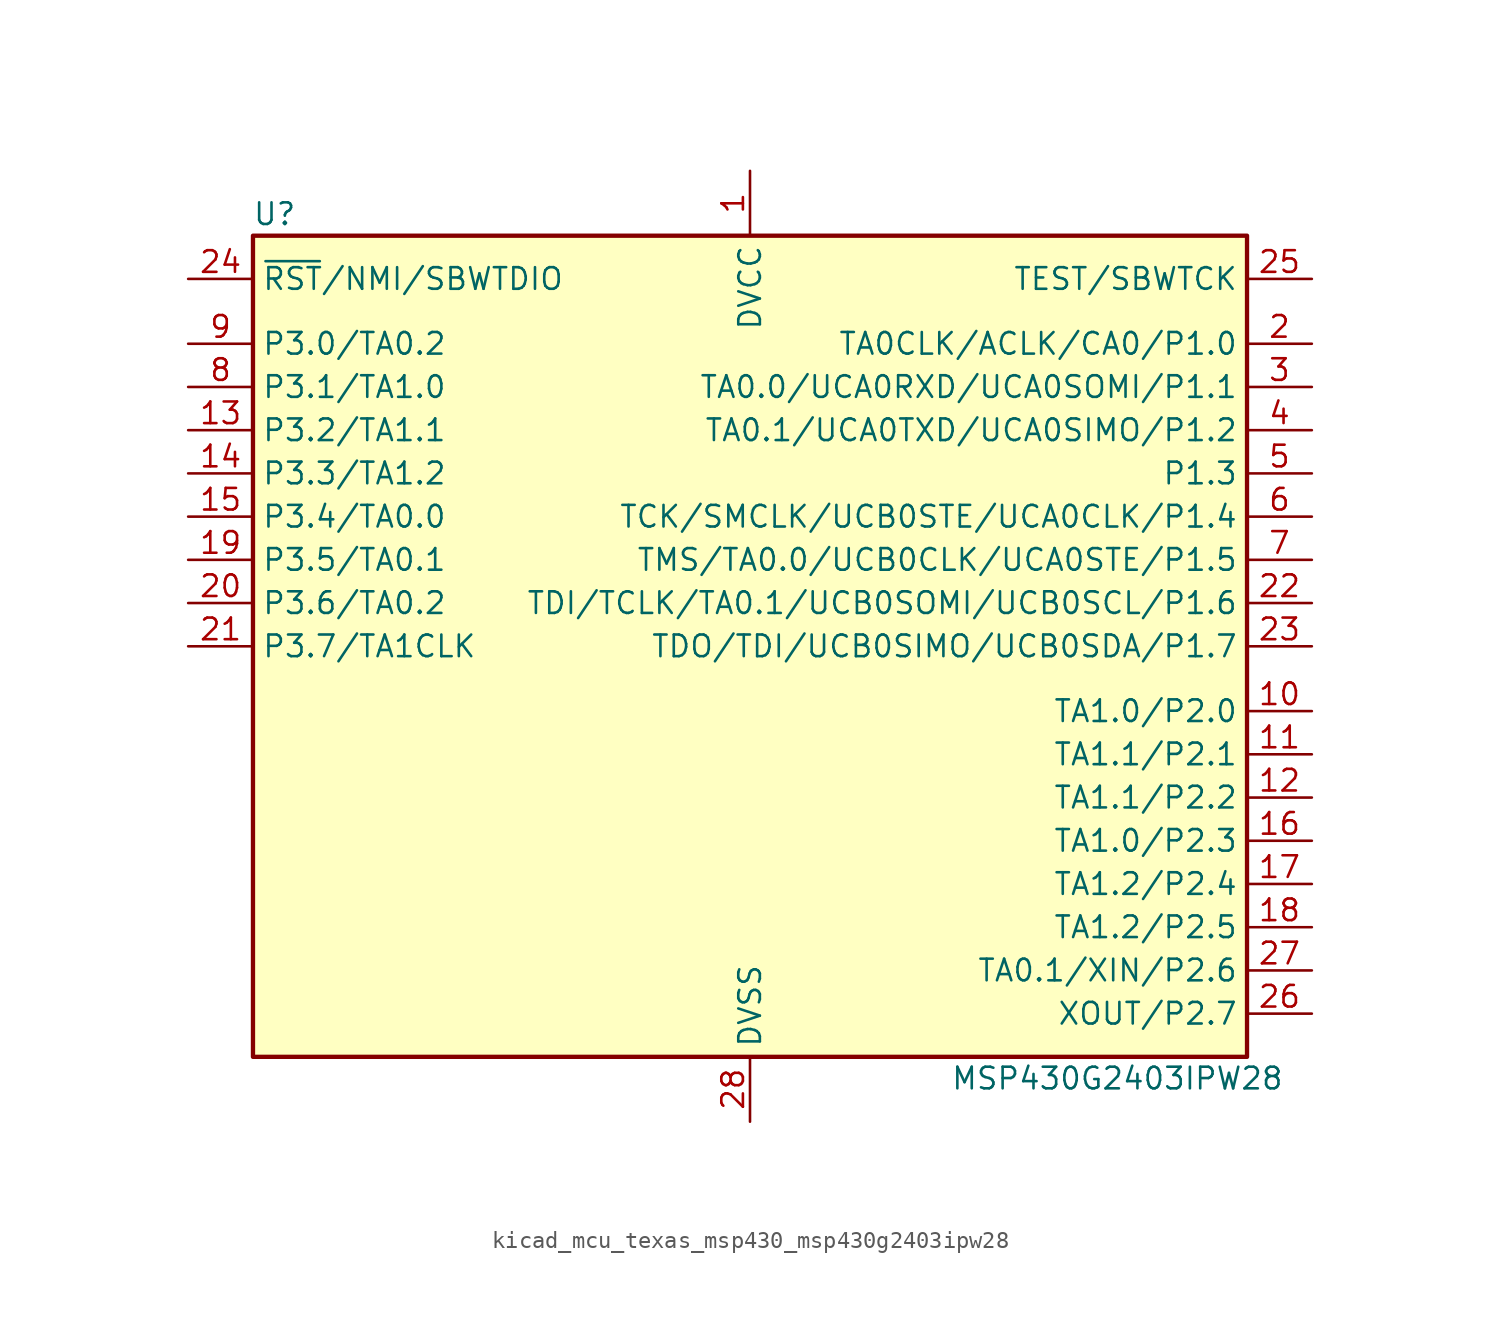
<source format=kicad_sym>
(kicad_symbol_lib
  (version 20220914)
  (generator kicad_symbol_editor)
  (symbol "kicad_mcu_texas_msp430_msp430g2403ipw28"
    (property "Reference" "U"
      (at -27.94 25.4 0)
      (effects (font (size 1.27 1.27))))
    (property "Value" "MSP430G2403IPW28"
      (at 21.59 -25.4 0)
      (effects (font (size 1.27 1.27))))
    (symbol "kicad_mcu_texas_msp430_msp430g2403ipw28_0_1"
      (rectangle (start -29.21 24.13) (end 29.21 -24.13) (stroke (width 0.254) (type default)) (fill (type background))))
    (symbol "kicad_mcu_texas_msp430_msp430g2403ipw28_1_1"
      (pin power_in line (at 0 27.94 270) (length 3.81) (name "DVCC" (effects (font (size 1.27 1.27)))) (number "1" (effects (font (size 1.27 1.27)))))
      (pin bidirectional line (at 33.02 -3.81 180) (length 3.81) (name "TA1.0/P2.0" (effects (font (size 1.27 1.27)))) (number "10" (effects (font (size 1.27 1.27)))))
      (pin bidirectional line (at 33.02 -6.35 180) (length 3.81) (name "TA1.1/P2.1" (effects (font (size 1.27 1.27)))) (number "11" (effects (font (size 1.27 1.27)))))
      (pin bidirectional line (at 33.02 -8.89 180) (length 3.81) (name "TA1.1/P2.2" (effects (font (size 1.27 1.27)))) (number "12" (effects (font (size 1.27 1.27)))))
      (pin bidirectional line (at -33.02 12.7 0) (length 3.81) (name "P3.2/TA1.1" (effects (font (size 1.27 1.27)))) (number "13" (effects (font (size 1.27 1.27)))))
      (pin bidirectional line (at -33.02 10.16 0) (length 3.81) (name "P3.3/TA1.2" (effects (font (size 1.27 1.27)))) (number "14" (effects (font (size 1.27 1.27)))))
      (pin bidirectional line (at -33.02 7.62 0) (length 3.81) (name "P3.4/TA0.0" (effects (font (size 1.27 1.27)))) (number "15" (effects (font (size 1.27 1.27)))))
      (pin bidirectional line (at 33.02 -11.43 180) (length 3.81) (name "TA1.0/P2.3" (effects (font (size 1.27 1.27)))) (number "16" (effects (font (size 1.27 1.27)))))
      (pin bidirectional line (at 33.02 -13.97 180) (length 3.81) (name "TA1.2/P2.4" (effects (font (size 1.27 1.27)))) (number "17" (effects (font (size 1.27 1.27)))))
      (pin bidirectional line (at 33.02 -16.51 180) (length 3.81) (name "TA1.2/P2.5" (effects (font (size 1.27 1.27)))) (number "18" (effects (font (size 1.27 1.27)))))
      (pin bidirectional line (at -33.02 5.08 0) (length 3.81) (name "P3.5/TA0.1" (effects (font (size 1.27 1.27)))) (number "19" (effects (font (size 1.27 1.27)))))
      (pin bidirectional line (at 33.02 17.78 180) (length 3.81) (name "TA0CLK/ACLK/CA0/P1.0" (effects (font (size 1.27 1.27)))) (number "2" (effects (font (size 1.27 1.27)))))
      (pin bidirectional line (at -33.02 2.54 0) (length 3.81) (name "P3.6/TA0.2" (effects (font (size 1.27 1.27)))) (number "20" (effects (font (size 1.27 1.27)))))
      (pin bidirectional line (at -33.02 0 0) (length 3.81) (name "P3.7/TA1CLK" (effects (font (size 1.27 1.27)))) (number "21" (effects (font (size 1.27 1.27)))))
      (pin bidirectional line (at 33.02 2.54 180) (length 3.81) (name "TDI/TCLK/TA0.1/UCB0SOMI/UCB0SCL/P1.6" (effects (font (size 1.27 1.27)))) (number "22" (effects (font (size 1.27 1.27)))))
      (pin bidirectional line (at 33.02 0 180) (length 3.81) (name "TDO/TDI/UCB0SIMO/UCB0SDA/P1.7" (effects (font (size 1.27 1.27)))) (number "23" (effects (font (size 1.27 1.27)))))
      (pin input line (at -33.02 21.59 0) (length 3.81) (name "~{RST}/NMI/SBWTDIO" (effects (font (size 1.27 1.27)))) (number "24" (effects (font (size 1.27 1.27)))))
      (pin input line (at 33.02 21.59 180) (length 3.81) (name "TEST/SBWTCK" (effects (font (size 1.27 1.27)))) (number "25" (effects (font (size 1.27 1.27)))))
      (pin bidirectional line (at 33.02 -21.59 180) (length 3.81) (name "XOUT/P2.7" (effects (font (size 1.27 1.27)))) (number "26" (effects (font (size 1.27 1.27)))))
      (pin bidirectional line (at 33.02 -19.05 180) (length 3.81) (name "TA0.1/XIN/P2.6" (effects (font (size 1.27 1.27)))) (number "27" (effects (font (size 1.27 1.27)))))
      (pin power_in line (at 0 -27.94 90) (length 3.81) (name "DVSS" (effects (font (size 1.27 1.27)))) (number "28" (effects (font (size 1.27 1.27)))))
      (pin bidirectional line (at 33.02 15.24 180) (length 3.81) (name "TA0.0/UCA0RXD/UCA0SOMI/P1.1" (effects (font (size 1.27 1.27)))) (number "3" (effects (font (size 1.27 1.27)))))
      (pin bidirectional line (at 33.02 12.7 180) (length 3.81) (name "TA0.1/UCA0TXD/UCA0SIMO/P1.2" (effects (font (size 1.27 1.27)))) (number "4" (effects (font (size 1.27 1.27)))))
      (pin bidirectional line (at 33.02 10.16 180) (length 3.81) (name "P1.3" (effects (font (size 1.27 1.27)))) (number "5" (effects (font (size 1.27 1.27)))))
      (pin bidirectional line (at 33.02 7.62 180) (length 3.81) (name "TCK/SMCLK/UCB0STE/UCA0CLK/P1.4" (effects (font (size 1.27 1.27)))) (number "6" (effects (font (size 1.27 1.27)))))
      (pin bidirectional line (at 33.02 5.08 180) (length 3.81) (name "TMS/TA0.0/UCB0CLK/UCA0STE/P1.5" (effects (font (size 1.27 1.27)))) (number "7" (effects (font (size 1.27 1.27)))))
      (pin bidirectional line (at -33.02 15.24 0) (length 3.81) (name "P3.1/TA1.0" (effects (font (size 1.27 1.27)))) (number "8" (effects (font (size 1.27 1.27)))))
      (pin bidirectional line (at -33.02 17.78 0) (length 3.81) (name "P3.0/TA0.2" (effects (font (size 1.27 1.27)))) (number "9" (effects (font (size 1.27 1.27))))))))
</source>
